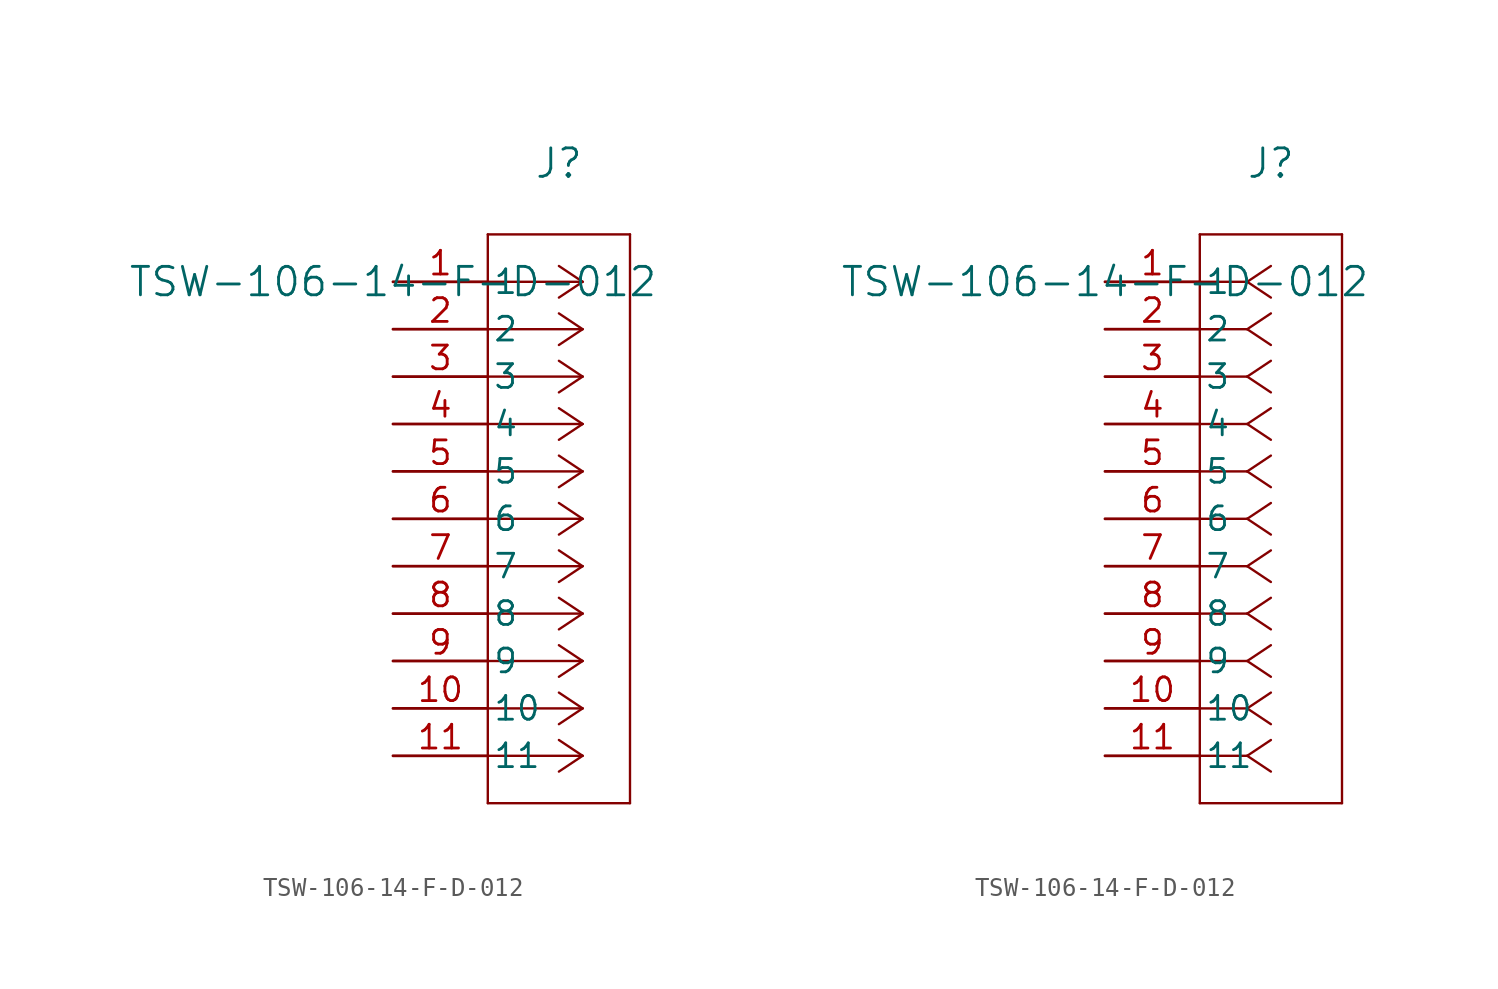
<source format=kicad_sym>
(kicad_symbol_lib
  (version 20211014)
  (generator kicad_symbol_editor)
  (symbol "TSW-106-14-F-D-012"
    (pin_names
      (offset 0.254))
    (property "Reference" "J"
      (at 8.89 6.35 0)
      (effects (font (size 1.524 1.524))))
    (property "Value" "TSW-106-14-F-D-012"
      (at 0 0 0)
      (effects (font (size 1.524 1.524))))
    (symbol "TSW-106-14-F-D-012_1_1"
      (polyline (pts (xy 10.16 0) (xy 5.08 0)) (stroke (width 0.127) (type default) (color 0 0 0 0)) (fill (type none)))
      (polyline (pts (xy 10.16 -2.54) (xy 5.08 -2.54)) (stroke (width 0.127) (type default) (color 0 0 0 0)) (fill (type none)))
      (polyline (pts (xy 10.16 -5.08) (xy 5.08 -5.08)) (stroke (width 0.127) (type default) (color 0 0 0 0)) (fill (type none)))
      (polyline (pts (xy 10.16 -7.62) (xy 5.08 -7.62)) (stroke (width 0.127) (type default) (color 0 0 0 0)) (fill (type none)))
      (polyline (pts (xy 10.16 -10.16) (xy 5.08 -10.16)) (stroke (width 0.127) (type default) (color 0 0 0 0)) (fill (type none)))
      (polyline (pts (xy 10.16 -12.7) (xy 5.08 -12.7)) (stroke (width 0.127) (type default) (color 0 0 0 0)) (fill (type none)))
      (polyline (pts (xy 10.16 -15.24) (xy 5.08 -15.24)) (stroke (width 0.127) (type default) (color 0 0 0 0)) (fill (type none)))
      (polyline (pts (xy 10.16 -17.78) (xy 5.08 -17.78)) (stroke (width 0.127) (type default) (color 0 0 0 0)) (fill (type none)))
      (polyline (pts (xy 10.16 -20.32) (xy 5.08 -20.32)) (stroke (width 0.127) (type default) (color 0 0 0 0)) (fill (type none)))
      (polyline (pts (xy 10.16 -22.86) (xy 5.08 -22.86)) (stroke (width 0.127) (type default) (color 0 0 0 0)) (fill (type none)))
      (polyline (pts (xy 10.16 -25.4) (xy 5.08 -25.4)) (stroke (width 0.127) (type default) (color 0 0 0 0)) (fill (type none)))
      (polyline (pts (xy 10.16 0) (xy 8.89 0.847)) (stroke (width 0.127) (type default) (color 0 0 0 0)) (fill (type none)))
      (polyline (pts (xy 10.16 -2.54) (xy 8.89 -1.693)) (stroke (width 0.127) (type default) (color 0 0 0 0)) (fill (type none)))
      (polyline (pts (xy 10.16 -5.08) (xy 8.89 -4.233)) (stroke (width 0.127) (type default) (color 0 0 0 0)) (fill (type none)))
      (polyline (pts (xy 10.16 -7.62) (xy 8.89 -6.773)) (stroke (width 0.127) (type default) (color 0 0 0 0)) (fill (type none)))
      (polyline (pts (xy 10.16 -10.16) (xy 8.89 -9.313)) (stroke (width 0.127) (type default) (color 0 0 0 0)) (fill (type none)))
      (polyline (pts (xy 10.16 -12.7) (xy 8.89 -11.853)) (stroke (width 0.127) (type default) (color 0 0 0 0)) (fill (type none)))
      (polyline (pts (xy 10.16 -15.24) (xy 8.89 -14.393)) (stroke (width 0.127) (type default) (color 0 0 0 0)) (fill (type none)))
      (polyline (pts (xy 10.16 -17.78) (xy 8.89 -16.933)) (stroke (width 0.127) (type default) (color 0 0 0 0)) (fill (type none)))
      (polyline (pts (xy 10.16 -20.32) (xy 8.89 -19.473)) (stroke (width 0.127) (type default) (color 0 0 0 0)) (fill (type none)))
      (polyline (pts (xy 10.16 -22.86) (xy 8.89 -22.013)) (stroke (width 0.127) (type default) (color 0 0 0 0)) (fill (type none)))
      (polyline (pts (xy 10.16 -25.4) (xy 8.89 -24.553)) (stroke (width 0.127) (type default) (color 0 0 0 0)) (fill (type none)))
      (polyline (pts (xy 10.16 0) (xy 8.89 -0.847)) (stroke (width 0.127) (type default) (color 0 0 0 0)) (fill (type none)))
      (polyline (pts (xy 10.16 -2.54) (xy 8.89 -3.387)) (stroke (width 0.127) (type default) (color 0 0 0 0)) (fill (type none)))
      (polyline (pts (xy 10.16 -5.08) (xy 8.89 -5.927)) (stroke (width 0.127) (type default) (color 0 0 0 0)) (fill (type none)))
      (polyline (pts (xy 10.16 -7.62) (xy 8.89 -8.467)) (stroke (width 0.127) (type default) (color 0 0 0 0)) (fill (type none)))
      (polyline (pts (xy 10.16 -10.16) (xy 8.89 -11.007)) (stroke (width 0.127) (type default) (color 0 0 0 0)) (fill (type none)))
      (polyline (pts (xy 10.16 -12.7) (xy 8.89 -13.547)) (stroke (width 0.127) (type default) (color 0 0 0 0)) (fill (type none)))
      (polyline (pts (xy 10.16 -15.24) (xy 8.89 -16.087)) (stroke (width 0.127) (type default) (color 0 0 0 0)) (fill (type none)))
      (polyline (pts (xy 10.16 -17.78) (xy 8.89 -18.627)) (stroke (width 0.127) (type default) (color 0 0 0 0)) (fill (type none)))
      (polyline (pts (xy 10.16 -20.32) (xy 8.89 -21.167)) (stroke (width 0.127) (type default) (color 0 0 0 0)) (fill (type none)))
      (polyline (pts (xy 10.16 -22.86) (xy 8.89 -23.707)) (stroke (width 0.127) (type default) (color 0 0 0 0)) (fill (type none)))
      (polyline (pts (xy 10.16 -25.4) (xy 8.89 -26.247)) (stroke (width 0.127) (type default) (color 0 0 0 0)) (fill (type none)))
      (polyline (pts (xy 5.08 2.54) (xy 5.08 -27.94)) (stroke (width 0.127) (type default) (color 0 0 0 0)) (fill (type none)))
      (polyline (pts (xy 5.08 -27.94) (xy 12.7 -27.94)) (stroke (width 0.127) (type default) (color 0 0 0 0)) (fill (type none)))
      (polyline (pts (xy 12.7 -27.94) (xy 12.7 2.54)) (stroke (width 0.127) (type default) (color 0 0 0 0)) (fill (type none)))
      (polyline (pts (xy 12.7 2.54) (xy 5.08 2.54)) (stroke (width 0.127) (type default) (color 0 0 0 0)) (fill (type none)))
      (pin unspecified line (at 0 0 0) (length 5.08) (name "1" (effects (font (size 1.27 1.27)))) (number "1" (effects (font (size 1.27 1.27)))))
      (pin unspecified line (at 0 -2.54 0) (length 5.08) (name "2" (effects (font (size 1.27 1.27)))) (number "2" (effects (font (size 1.27 1.27)))))
      (pin unspecified line (at 0 -5.08 0) (length 5.08) (name "3" (effects (font (size 1.27 1.27)))) (number "3" (effects (font (size 1.27 1.27)))))
      (pin unspecified line (at 0 -7.62 0) (length 5.08) (name "4" (effects (font (size 1.27 1.27)))) (number "4" (effects (font (size 1.27 1.27)))))
      (pin unspecified line (at 0 -10.16 0) (length 5.08) (name "5" (effects (font (size 1.27 1.27)))) (number "5" (effects (font (size 1.27 1.27)))))
      (pin unspecified line (at 0 -12.7 0) (length 5.08) (name "6" (effects (font (size 1.27 1.27)))) (number "6" (effects (font (size 1.27 1.27)))))
      (pin unspecified line (at 0 -15.24 0) (length 5.08) (name "7" (effects (font (size 1.27 1.27)))) (number "7" (effects (font (size 1.27 1.27)))))
      (pin unspecified line (at 0 -17.78 0) (length 5.08) (name "8" (effects (font (size 1.27 1.27)))) (number "8" (effects (font (size 1.27 1.27)))))
      (pin unspecified line (at 0 -20.32 0) (length 5.08) (name "9" (effects (font (size 1.27 1.27)))) (number "9" (effects (font (size 1.27 1.27)))))
      (pin unspecified line (at 0 -22.86 0) (length 5.08) (name "10" (effects (font (size 1.27 1.27)))) (number "10" (effects (font (size 1.27 1.27)))))
      (pin unspecified line (at 0 -25.4 0) (length 5.08) (name "11" (effects (font (size 1.27 1.27)))) (number "11" (effects (font (size 1.27 1.27))))))
    (symbol "TSW-106-14-F-D-012_1_2"
      (polyline (pts (xy 7.62 0) (xy 5.08 0)) (stroke (width 0.127) (type default) (color 0 0 0 0)) (fill (type none)))
      (polyline (pts (xy 7.62 -2.54) (xy 5.08 -2.54)) (stroke (width 0.127) (type default) (color 0 0 0 0)) (fill (type none)))
      (polyline (pts (xy 7.62 -5.08) (xy 5.08 -5.08)) (stroke (width 0.127) (type default) (color 0 0 0 0)) (fill (type none)))
      (polyline (pts (xy 7.62 -7.62) (xy 5.08 -7.62)) (stroke (width 0.127) (type default) (color 0 0 0 0)) (fill (type none)))
      (polyline (pts (xy 7.62 -10.16) (xy 5.08 -10.16)) (stroke (width 0.127) (type default) (color 0 0 0 0)) (fill (type none)))
      (polyline (pts (xy 7.62 -12.7) (xy 5.08 -12.7)) (stroke (width 0.127) (type default) (color 0 0 0 0)) (fill (type none)))
      (polyline (pts (xy 7.62 -15.24) (xy 5.08 -15.24)) (stroke (width 0.127) (type default) (color 0 0 0 0)) (fill (type none)))
      (polyline (pts (xy 7.62 -17.78) (xy 5.08 -17.78)) (stroke (width 0.127) (type default) (color 0 0 0 0)) (fill (type none)))
      (polyline (pts (xy 7.62 -20.32) (xy 5.08 -20.32)) (stroke (width 0.127) (type default) (color 0 0 0 0)) (fill (type none)))
      (polyline (pts (xy 7.62 -22.86) (xy 5.08 -22.86)) (stroke (width 0.127) (type default) (color 0 0 0 0)) (fill (type none)))
      (polyline (pts (xy 7.62 -25.4) (xy 5.08 -25.4)) (stroke (width 0.127) (type default) (color 0 0 0 0)) (fill (type none)))
      (polyline (pts (xy 7.62 0) (xy 8.89 0.847)) (stroke (width 0.127) (type default) (color 0 0 0 0)) (fill (type none)))
      (polyline (pts (xy 7.62 -2.54) (xy 8.89 -1.693)) (stroke (width 0.127) (type default) (color 0 0 0 0)) (fill (type none)))
      (polyline (pts (xy 7.62 -5.08) (xy 8.89 -4.233)) (stroke (width 0.127) (type default) (color 0 0 0 0)) (fill (type none)))
      (polyline (pts (xy 7.62 -7.62) (xy 8.89 -6.773)) (stroke (width 0.127) (type default) (color 0 0 0 0)) (fill (type none)))
      (polyline (pts (xy 7.62 -10.16) (xy 8.89 -9.313)) (stroke (width 0.127) (type default) (color 0 0 0 0)) (fill (type none)))
      (polyline (pts (xy 7.62 -12.7) (xy 8.89 -11.853)) (stroke (width 0.127) (type default) (color 0 0 0 0)) (fill (type none)))
      (polyline (pts (xy 7.62 -15.24) (xy 8.89 -14.393)) (stroke (width 0.127) (type default) (color 0 0 0 0)) (fill (type none)))
      (polyline (pts (xy 7.62 -17.78) (xy 8.89 -16.933)) (stroke (width 0.127) (type default) (color 0 0 0 0)) (fill (type none)))
      (polyline (pts (xy 7.62 -20.32) (xy 8.89 -19.473)) (stroke (width 0.127) (type default) (color 0 0 0 0)) (fill (type none)))
      (polyline (pts (xy 7.62 -22.86) (xy 8.89 -22.013)) (stroke (width 0.127) (type default) (color 0 0 0 0)) (fill (type none)))
      (polyline (pts (xy 7.62 -25.4) (xy 8.89 -24.553)) (stroke (width 0.127) (type default) (color 0 0 0 0)) (fill (type none)))
      (polyline (pts (xy 7.62 0) (xy 8.89 -0.847)) (stroke (width 0.127) (type default) (color 0 0 0 0)) (fill (type none)))
      (polyline (pts (xy 7.62 -2.54) (xy 8.89 -3.387)) (stroke (width 0.127) (type default) (color 0 0 0 0)) (fill (type none)))
      (polyline (pts (xy 7.62 -5.08) (xy 8.89 -5.927)) (stroke (width 0.127) (type default) (color 0 0 0 0)) (fill (type none)))
      (polyline (pts (xy 7.62 -7.62) (xy 8.89 -8.467)) (stroke (width 0.127) (type default) (color 0 0 0 0)) (fill (type none)))
      (polyline (pts (xy 7.62 -10.16) (xy 8.89 -11.007)) (stroke (width 0.127) (type default) (color 0 0 0 0)) (fill (type none)))
      (polyline (pts (xy 7.62 -12.7) (xy 8.89 -13.547)) (stroke (width 0.127) (type default) (color 0 0 0 0)) (fill (type none)))
      (polyline (pts (xy 7.62 -15.24) (xy 8.89 -16.087)) (stroke (width 0.127) (type default) (color 0 0 0 0)) (fill (type none)))
      (polyline (pts (xy 7.62 -17.78) (xy 8.89 -18.627)) (stroke (width 0.127) (type default) (color 0 0 0 0)) (fill (type none)))
      (polyline (pts (xy 7.62 -20.32) (xy 8.89 -21.167)) (stroke (width 0.127) (type default) (color 0 0 0 0)) (fill (type none)))
      (polyline (pts (xy 7.62 -22.86) (xy 8.89 -23.707)) (stroke (width 0.127) (type default) (color 0 0 0 0)) (fill (type none)))
      (polyline (pts (xy 7.62 -25.4) (xy 8.89 -26.247)) (stroke (width 0.127) (type default) (color 0 0 0 0)) (fill (type none)))
      (polyline (pts (xy 5.08 2.54) (xy 5.08 -27.94)) (stroke (width 0.127) (type default) (color 0 0 0 0)) (fill (type none)))
      (polyline (pts (xy 5.08 -27.94) (xy 12.7 -27.94)) (stroke (width 0.127) (type default) (color 0 0 0 0)) (fill (type none)))
      (polyline (pts (xy 12.7 -27.94) (xy 12.7 2.54)) (stroke (width 0.127) (type default) (color 0 0 0 0)) (fill (type none)))
      (polyline (pts (xy 12.7 2.54) (xy 5.08 2.54)) (stroke (width 0.127) (type default) (color 0 0 0 0)) (fill (type none)))
      (pin unspecified line (at 0 0 0) (length 5.08) (name "1" (effects (font (size 1.27 1.27)))) (number "1" (effects (font (size 1.27 1.27)))))
      (pin unspecified line (at 0 -2.54 0) (length 5.08) (name "2" (effects (font (size 1.27 1.27)))) (number "2" (effects (font (size 1.27 1.27)))))
      (pin unspecified line (at 0 -5.08 0) (length 5.08) (name "3" (effects (font (size 1.27 1.27)))) (number "3" (effects (font (size 1.27 1.27)))))
      (pin unspecified line (at 0 -7.62 0) (length 5.08) (name "4" (effects (font (size 1.27 1.27)))) (number "4" (effects (font (size 1.27 1.27)))))
      (pin unspecified line (at 0 -10.16 0) (length 5.08) (name "5" (effects (font (size 1.27 1.27)))) (number "5" (effects (font (size 1.27 1.27)))))
      (pin unspecified line (at 0 -12.7 0) (length 5.08) (name "6" (effects (font (size 1.27 1.27)))) (number "6" (effects (font (size 1.27 1.27)))))
      (pin unspecified line (at 0 -15.24 0) (length 5.08) (name "7" (effects (font (size 1.27 1.27)))) (number "7" (effects (font (size 1.27 1.27)))))
      (pin unspecified line (at 0 -17.78 0) (length 5.08) (name "8" (effects (font (size 1.27 1.27)))) (number "8" (effects (font (size 1.27 1.27)))))
      (pin unspecified line (at 0 -20.32 0) (length 5.08) (name "9" (effects (font (size 1.27 1.27)))) (number "9" (effects (font (size 1.27 1.27)))))
      (pin unspecified line (at 0 -22.86 0) (length 5.08) (name "10" (effects (font (size 1.27 1.27)))) (number "10" (effects (font (size 1.27 1.27)))))
      (pin unspecified line (at 0 -25.4 0) (length 5.08) (name "11" (effects (font (size 1.27 1.27)))) (number "11" (effects (font (size 1.27 1.27))))))))
</source>
